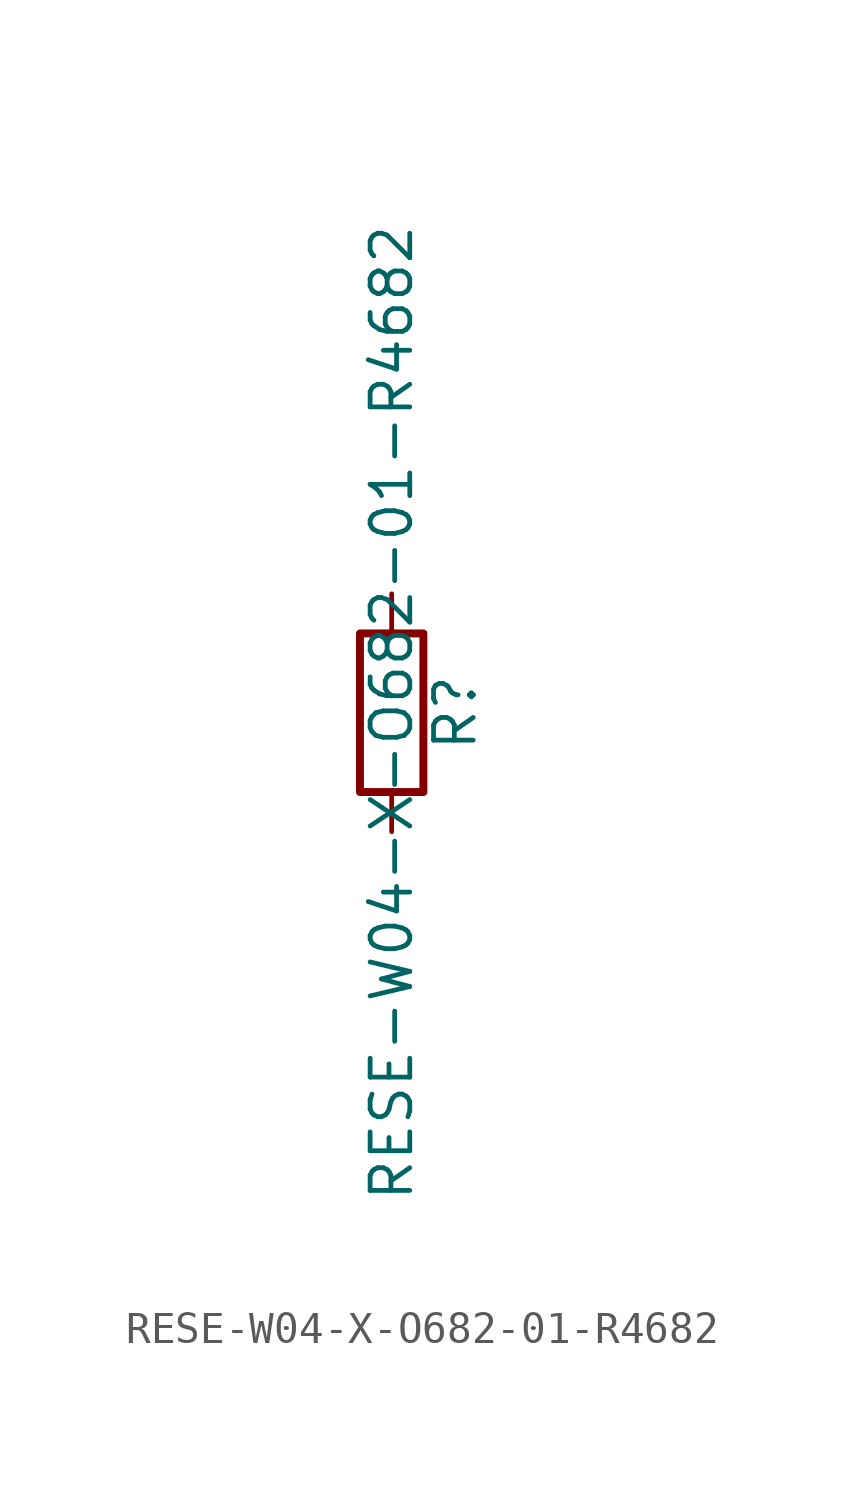
<source format=kicad_sym>
(kicad_symbol_lib
  (version 20211014)
  (generator kicad_symbol_editor)
  (symbol "RESE-W04-X-O682-01-R4682"
    (pin_numbers hide)
    (pin_names
      (offset 0))
    (property "Reference" "R"
      (at 2.032 0 90)
      (effects (font (size 1.27 1.27))))
    (property "Value" "RESE-W04-X-O682-01-R4682"
      (at 0 0 90)
      (effects (font (size 1.27 1.27))))
    (symbol "RESE-W04-X-O682-01-R4682_0_1"
      (rectangle (start -1.016 -2.54) (end 1.016 2.54) (stroke (width 0.254) (type default) (color 0 0 0 0)) (fill (type none))))
    (symbol "RESE-W04-X-O682-01-R4682_1_1"
      (pin passive line (at 0 3.81 270) (length 1.27) (name "~" (effects (font (size 1.27 1.27)))) (number "1" (effects (font (size 1.27 1.27)))))
      (pin passive line (at 0 -3.81 90) (length 1.27) (name "~" (effects (font (size 1.27 1.27)))) (number "2" (effects (font (size 1.27 1.27))))))))
</source>
